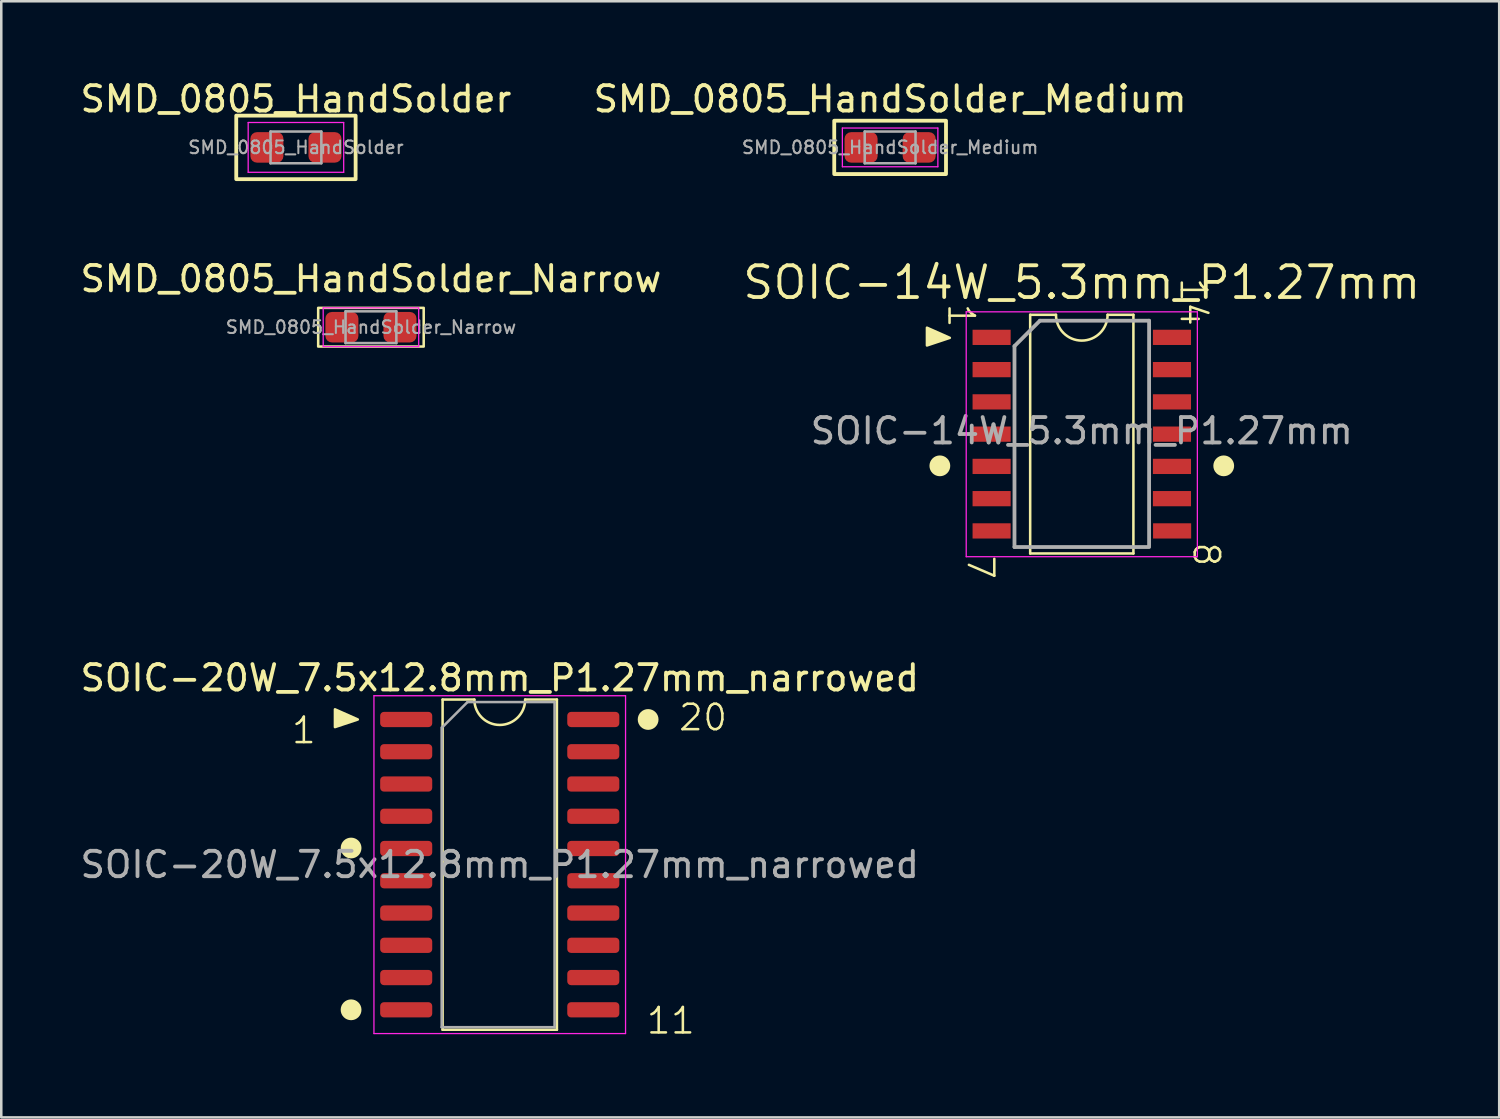
<source format=kicad_pcb>
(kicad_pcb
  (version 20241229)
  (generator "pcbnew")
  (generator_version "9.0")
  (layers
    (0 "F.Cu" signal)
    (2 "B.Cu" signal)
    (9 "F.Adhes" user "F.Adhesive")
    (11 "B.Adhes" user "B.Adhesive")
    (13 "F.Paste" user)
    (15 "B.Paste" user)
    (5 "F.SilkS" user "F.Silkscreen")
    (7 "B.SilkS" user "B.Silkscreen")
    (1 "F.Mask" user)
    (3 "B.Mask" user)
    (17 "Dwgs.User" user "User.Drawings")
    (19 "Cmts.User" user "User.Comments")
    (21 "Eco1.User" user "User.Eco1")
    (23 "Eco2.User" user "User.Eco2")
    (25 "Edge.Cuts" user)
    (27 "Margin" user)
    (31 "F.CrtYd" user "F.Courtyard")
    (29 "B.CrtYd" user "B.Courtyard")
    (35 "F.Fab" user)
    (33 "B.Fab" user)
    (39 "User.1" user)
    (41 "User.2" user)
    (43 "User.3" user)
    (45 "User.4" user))
  (footprint "SMD_0805_HandSolder_Narrow"
    (layer "F.Cu")
    (at 11.554 9.832)
    (property "Reference" "SMD_0805_HandSolder_Narrow" (at 0 -1.905 0) (layer "F.SilkS") (effects (font (size 1 1) (thickness 0.15))))
    (attr smd)
    (fp_rect (start -2.077 -0.762) (end 2.077 0.762) (stroke (width 0.1) (type solid)) (fill no) (layer "F.SilkS"))
    (fp_line (start -1.88 -0.762) (end 1.88 -0.762) (stroke (width 0.05) (type solid)) (layer "F.CrtYd"))
    (fp_line (start -1.88 0.762) (end -1.88 -0.762) (stroke (width 0.05) (type solid)) (layer "F.CrtYd"))
    (fp_line (start 1.88 -0.762) (end 1.88 0.762) (stroke (width 0.05) (type solid)) (layer "F.CrtYd"))
    (fp_line (start 1.88 0.762) (end -1.88 0.762) (stroke (width 0.05) (type solid)) (layer "F.CrtYd"))
    (fp_line (start -1 -0.625) (end 1 -0.625) (stroke (width 0.1) (type solid)) (layer "F.Fab"))
    (fp_line (start -1 0.625) (end -1 -0.625) (stroke (width 0.1) (type solid)) (layer "F.Fab"))
    (fp_line (start 1 -0.625) (end 1 0.625) (stroke (width 0.1) (type solid)) (layer "F.Fab"))
    (fp_line (start 1 0.625) (end -1 0.625) (stroke (width 0.1) (type solid)) (layer "F.Fab"))
    (fp_text user "${REFERENCE}" (at 0 0 0) (layer "F.Fab") (effects (font (size 0.5 0.5) (thickness 0.08))))
    (pad "1" smd roundrect (at -1.143 0) (size 1.3 1.2) (layers "F.Cu" "F.Mask" "F.Paste") (roundrect_rratio 0.213))
    (pad "2" smd roundrect (at 1.143 0) (size 1.3 1.2) (layers "F.Cu" "F.Mask" "F.Paste") (roundrect_rratio 0.213)))
  (footprint "SMD_0805_HandSolder_Medium"
    (layer "F.Cu")
    (at 31.994 2.753)
    (property "Reference" "SMD_0805_HandSolder_Medium" (at 0 -1.905 0) (layer "F.SilkS") (effects (font (size 1 1) (thickness 0.15))))
    (attr smd)
    (fp_rect (start -2.2 -1.05) (end 2.2 1.05) (stroke (width 0.15) (type solid)) (fill no) (layer "F.SilkS"))
    (fp_line (start -1.88 -0.762) (end 1.88 -0.762) (stroke (width 0.05) (type solid)) (layer "F.CrtYd"))
    (fp_line (start -1.88 0.762) (end -1.88 -0.762) (stroke (width 0.05) (type solid)) (layer "F.CrtYd"))
    (fp_line (start 1.88 -0.762) (end 1.88 0.762) (stroke (width 0.05) (type solid)) (layer "F.CrtYd"))
    (fp_line (start 1.88 0.762) (end -1.88 0.762) (stroke (width 0.05) (type solid)) (layer "F.CrtYd"))
    (fp_line (start -1 -0.625) (end 1 -0.625) (stroke (width 0.1) (type solid)) (layer "F.Fab"))
    (fp_line (start -1 0.625) (end -1 -0.625) (stroke (width 0.1) (type solid)) (layer "F.Fab"))
    (fp_line (start 1 -0.625) (end 1 0.625) (stroke (width 0.1) (type solid)) (layer "F.Fab"))
    (fp_line (start 1 0.625) (end -1 0.625) (stroke (width 0.1) (type solid)) (layer "F.Fab"))
    (fp_text user "${REFERENCE}" (at 0 0 0) (layer "F.Fab") (effects (font (size 0.5 0.5) (thickness 0.08))))
    (pad "1" smd roundrect (at -1.143 0) (size 1.3 1.2) (layers "F.Cu" "F.Mask" "F.Paste") (roundrect_rratio 0.213))
    (pad "2" smd roundrect (at 1.143 0) (size 1.3 1.2) (layers "F.Cu" "F.Mask" "F.Paste") (roundrect_rratio 0.213)))
  (footprint "SOIC-20W_7.5x12.8mm_P1.27mm_narrowed"
    (layer "F.Cu")
    (at 16.625 30.991)
    (property "Reference" "SOIC-20W_7.5x12.8mm_P1.27mm_narrowed" (at 0 -7.35 0) (layer "F.SilkS") (effects (font (size 1 1) (thickness 0.15))))
    (attr smd)
    (fp_line (start -2.25 -6.5) (end -1 -6.5) (stroke (width 0.1) (type solid)) (layer "F.SilkS"))
    (fp_line (start -2.25 6.5) (end -2.25 -6.5) (stroke (width 0.1) (type solid)) (layer "F.SilkS"))
    (fp_line (start -2.25 6.5) (end 2.25 6.5) (stroke (width 0.1) (type solid)) (layer "F.SilkS"))
    (fp_line (start 2.25 -6.5) (end 1 -6.5) (stroke (width 0.1) (type solid)) (layer "F.SilkS"))
    (fp_line (start 2.25 6.5) (end 2.25 -6.5) (stroke (width 0.1) (type solid)) (layer "F.SilkS"))
    (fp_arc (start 1 -6.5) (mid 0 -5.5) (end -1 -6.5) (stroke (width 0.1) (type solid)) (layer "F.SilkS"))
    (fp_circle (center -5.853 -0.654) (end -5.853 -0.295) (stroke (width 0.1) (type solid)) (fill yes) (layer "F.SilkS"))
    (fp_circle (center -5.853 5.715) (end -5.853 6.074) (stroke (width 0.1) (type solid)) (fill yes) (layer "F.SilkS"))
    (fp_circle (center 5.842 -5.715) (end 5.842 -5.356) (stroke (width 0.1) (type solid)) (fill yes) (layer "F.SilkS"))
    (fp_poly (pts (xy -5.588 -5.715) (xy -6.488 -6.115) (xy -6.488 -5.415)) (stroke (width 0.1) (type solid)) (fill yes) (layer "F.SilkS"))
    (fp_line (start -4.953 -6.65) (end -4.953 6.65) (stroke (width 0.05) (type solid)) (layer "F.CrtYd"))
    (fp_line (start -4.953 6.65) (end 4.953 6.65) (stroke (width 0.05) (type solid)) (layer "F.CrtYd"))
    (fp_line (start 4.953 -6.65) (end -4.953 -6.65) (stroke (width 0.05) (type solid)) (layer "F.CrtYd"))
    (fp_line (start 4.953 6.65) (end 4.953 -6.65) (stroke (width 0.05) (type solid)) (layer "F.CrtYd"))
    (fp_line (start -2.286 6.4) (end -2.286 -5.4) (stroke (width 0.1) (type solid)) (layer "F.Fab"))
    (fp_line (start -2.27 -5.4) (end -1.27 -6.4) (stroke (width 0.1) (type solid)) (layer "F.Fab"))
    (fp_line (start -1.27 -6.4) (end 2.159 -6.4) (stroke (width 0.1) (type solid)) (layer "F.Fab"))
    (fp_line (start 2.159 -6.4) (end 2.159 6.4) (stroke (width 0.1) (type solid)) (layer "F.Fab"))
    (fp_line (start 2.159 6.4) (end -2.286 6.4) (stroke (width 0.1) (type solid)) (layer "F.Fab"))
    (fp_text user "20" (at 6.985 -5.207 0) (unlocked yes) (layer "F.SilkS") (effects (font (size 1 1) (thickness 0.1)) (justify left bottom)))
    (fp_text user "11" (at 5.715 6.731 0) (unlocked yes) (layer "F.SilkS") (effects (font (size 1 1) (thickness 0.1)) (justify left bottom)))
    (fp_text user "1" (at -8.255 -4.699 0) (unlocked yes) (layer "F.SilkS") (effects (font (size 1 1) (thickness 0.1)) (justify left bottom)))
    (fp_text user "${REFERENCE}" (at 0 0 0) (layer "F.Fab") (effects (font (size 1 1) (thickness 0.15))))
    (pad "1" smd roundrect (at -3.683 -5.715) (size 2.05 0.6) (layers "F.Cu" "F.Mask" "F.Paste") (roundrect_rratio 0.25))
    (pad "2" smd roundrect (at -3.683 -4.445) (size 2.05 0.6) (layers "F.Cu" "F.Mask" "F.Paste") (roundrect_rratio 0.25))
    (pad "3" smd roundrect (at -3.683 -3.175) (size 2.05 0.6) (layers "F.Cu" "F.Mask" "F.Paste") (roundrect_rratio 0.25))
    (pad "4" smd roundrect (at -3.683 -1.905) (size 2.05 0.6) (layers "F.Cu" "F.Mask" "F.Paste") (roundrect_rratio 0.25))
    (pad "5" smd roundrect (at -3.683 -0.635) (size 2.05 0.6) (layers "F.Cu" "F.Mask" "F.Paste") (roundrect_rratio 0.25))
    (pad "6" smd roundrect (at -3.683 0.635) (size 2.05 0.6) (layers "F.Cu" "F.Mask" "F.Paste") (roundrect_rratio 0.25))
    (pad "7" smd roundrect (at -3.683 1.905) (size 2.05 0.6) (layers "F.Cu" "F.Mask" "F.Paste") (roundrect_rratio 0.25))
    (pad "8" smd roundrect (at -3.683 3.175) (size 2.05 0.6) (layers "F.Cu" "F.Mask" "F.Paste") (roundrect_rratio 0.25))
    (pad "9" smd roundrect (at -3.683 4.445) (size 2.05 0.6) (layers "F.Cu" "F.Mask" "F.Paste") (roundrect_rratio 0.25))
    (pad "10" smd roundrect (at -3.683 5.715) (size 2.05 0.6) (layers "F.Cu" "F.Mask" "F.Paste") (roundrect_rratio 0.25))
    (pad "11" smd roundrect (at 3.683 5.715) (size 2.05 0.6) (layers "F.Cu" "F.Mask" "F.Paste") (roundrect_rratio 0.25))
    (pad "12" smd roundrect (at 3.683 4.445) (size 2.05 0.6) (layers "F.Cu" "F.Mask" "F.Paste") (roundrect_rratio 0.25))
    (pad "13" smd roundrect (at 3.683 3.175) (size 2.05 0.6) (layers "F.Cu" "F.Mask" "F.Paste") (roundrect_rratio 0.25))
    (pad "14" smd roundrect (at 3.683 1.905) (size 2.05 0.6) (layers "F.Cu" "F.Mask" "F.Paste") (roundrect_rratio 0.25))
    (pad "15" smd roundrect (at 3.683 0.635) (size 2.05 0.6) (layers "F.Cu" "F.Mask" "F.Paste") (roundrect_rratio 0.25))
    (pad "16" smd roundrect (at 3.683 -0.635) (size 2.05 0.6) (layers "F.Cu" "F.Mask" "F.Paste") (roundrect_rratio 0.25))
    (pad "17" smd roundrect (at 3.683 -1.905) (size 2.05 0.6) (layers "F.Cu" "F.Mask" "F.Paste") (roundrect_rratio 0.25))
    (pad "18" smd roundrect (at 3.683 -3.175) (size 2.05 0.6) (layers "F.Cu" "F.Mask" "F.Paste") (roundrect_rratio 0.25))
    (pad "19" smd roundrect (at 3.683 -4.445) (size 2.05 0.6) (layers "F.Cu" "F.Mask" "F.Paste") (roundrect_rratio 0.25))
    (pad "20" smd roundrect (at 3.683 -5.715) (size 2.05 0.6) (layers "F.Cu" "F.Mask" "F.Paste") (roundrect_rratio 0.25)))
  (footprint "SOIC-14W_5.3mm_P1.27mm"
    (layer "F.Cu")
    (at 39.54 14.677)
    (property "Reference" "SOIC-14W_5.3mm_P1.27mm" (at 0 -6.604 0) (layer "F.SilkS") (effects (font (size 1.25 1.25) (thickness 0.15))))
    (attr smd)
    (fp_line (start -2.032 -5.334) (end -1.016 -5.334) (stroke (width 0.1) (type solid)) (layer "F.SilkS"))
    (fp_line (start -2.032 4.064) (end -2.032 -5.334) (stroke (width 0.1) (type solid)) (layer "F.SilkS"))
    (fp_line (start 2.032 -5.334) (end 1.016 -5.334) (stroke (width 0.1) (type solid)) (layer "F.SilkS"))
    (fp_line (start 2.032 4.064) (end -2.032 4.064) (stroke (width 0.1) (type solid)) (layer "F.SilkS"))
    (fp_line (start 2.032 4.064) (end 2.032 -5.334) (stroke (width 0.1) (type solid)) (layer "F.SilkS"))
    (fp_arc (start 1.016 -5.334) (mid 0 -4.318) (end -1.016 -5.334) (stroke (width 0.1) (type solid)) (layer "F.SilkS"))
    (fp_circle (center -5.588 0.613) (end -5.588 0.972) (stroke (width 0.1) (type solid)) (fill yes) (layer "F.SilkS"))
    (fp_circle (center 5.588 0.613) (end 5.588 0.972) (stroke (width 0.1) (type solid)) (fill yes) (layer "F.SilkS"))
    (fp_poly (pts (xy -5.196 -4.426) (xy -6.096 -4.826) (xy -6.096 -4.126)) (stroke (width 0.1) (type solid)) (fill yes) (layer "F.SilkS"))
    (fp_line (start -4.55 -5.45) (end -4.55 4.191) (stroke (width 0.05) (type solid)) (layer "F.CrtYd"))
    (fp_line (start -4.55 -5.45) (end 4.55 -5.45) (stroke (width 0.05) (type solid)) (layer "F.CrtYd"))
    (fp_line (start -4.55 4.191) (end 4.55 4.191) (stroke (width 0.05) (type solid)) (layer "F.CrtYd"))
    (fp_line (start 4.55 -5.45) (end 4.55 4.191) (stroke (width 0.05) (type solid)) (layer "F.CrtYd"))
    (fp_line (start -2.65 -4.1) (end -1.65 -5.1) (stroke (width 0.15) (type solid)) (layer "F.Fab"))
    (fp_line (start -2.65 3.81) (end -2.65 -4.1) (stroke (width 0.15) (type solid)) (layer "F.Fab"))
    (fp_line (start -1.65 -5.1) (end 2.65 -5.1) (stroke (width 0.15) (type solid)) (layer "F.Fab"))
    (fp_line (start 2.65 -5.1) (end 2.65 3.759) (stroke (width 0.15) (type solid)) (layer "F.Fab"))
    (fp_line (start 2.65 3.81) (end -2.65 3.81) (stroke (width 0.15) (type solid)) (layer "F.Fab"))
    (fp_text user "8" (at 4.318 3.556 270) (unlocked yes) (layer "F.SilkS") (effects (font (size 1 1) (thickness 0.1)) (justify left bottom)))
    (fp_text user "1" (at -5.334 -5.842 270) (unlocked yes) (layer "F.SilkS") (effects (font (size 1 1) (thickness 0.1)) (justify left bottom)))
    (fp_text user "7" (at -4.572 4.064 270) (unlocked yes) (layer "F.SilkS") (effects (font (size 1 1) (thickness 0.1)) (justify left bottom)))
    (fp_text user "14" (at 3.81 -6.858 270) (unlocked yes) (layer "F.SilkS") (effects (font (size 1 1) (thickness 0.1)) (justify left bottom)))
    (fp_text user "${REFERENCE}" (at 0 -0.762 0) (layer "F.Fab") (effects (font (size 1 1) (thickness 0.15))))
    (pad "1" smd rect (at -3.55 -4.445) (size 1.5 0.6) (layers "F.Cu" "F.Mask" "F.Paste"))
    (pad "2" smd rect (at -3.55 -3.175) (size 1.5 0.6) (layers "F.Cu" "F.Mask" "F.Paste"))
    (pad "3" smd rect (at -3.55 -1.905) (size 1.5 0.6) (layers "F.Cu" "F.Mask" "F.Paste"))
    (pad "4" smd rect (at -3.55 -0.635) (size 1.5 0.6) (layers "F.Cu" "F.Mask" "F.Paste"))
    (pad "5" smd rect (at -3.55 0.635) (size 1.5 0.6) (layers "F.Cu" "F.Mask" "F.Paste"))
    (pad "6" smd rect (at -3.55 1.905) (size 1.5 0.6) (layers "F.Cu" "F.Mask" "F.Paste"))
    (pad "7" smd rect (at -3.55 3.175) (size 1.5 0.6) (layers "F.Cu" "F.Mask" "F.Paste"))
    (pad "8" smd rect (at 3.556 3.175) (size 1.5 0.6) (layers "F.Cu" "F.Mask" "F.Paste"))
    (pad "9" smd rect (at 3.55 1.905) (size 1.5 0.6) (layers "F.Cu" "F.Mask" "F.Paste"))
    (pad "10" smd rect (at 3.55 0.635) (size 1.5 0.6) (layers "F.Cu" "F.Mask" "F.Paste"))
    (pad "11" smd rect (at 3.55 -0.635) (size 1.5 0.6) (layers "F.Cu" "F.Mask" "F.Paste"))
    (pad "12" smd rect (at 3.55 -1.905) (size 1.5 0.6) (layers "F.Cu" "F.Mask" "F.Paste"))
    (pad "13" smd rect (at 3.55 -3.175) (size 1.5 0.6) (layers "F.Cu" "F.Mask" "F.Paste"))
    (pad "14" smd rect (at 3.55 -4.445) (size 1.5 0.6) (layers "F.Cu" "F.Mask" "F.Paste")))
  (footprint "SMD_0805_HandSolder"
    (layer "F.Cu")
    (at 8.601 2.753)
    (property "Reference" "SMD_0805_HandSolder" (at 0 -1.905 0) (layer "F.SilkS") (effects (font (size 1 1) (thickness 0.15))))
    (attr smd)
    (fp_rect (start -2.35 -1.25) (end 2.35 1.25) (stroke (width 0.15) (type solid)) (fill no) (layer "F.SilkS"))
    (fp_line (start -1.88 -0.98) (end 1.88 -0.98) (stroke (width 0.05) (type solid)) (layer "F.CrtYd"))
    (fp_line (start -1.88 0.98) (end -1.88 -0.98) (stroke (width 0.05) (type solid)) (layer "F.CrtYd"))
    (fp_line (start 1.88 -0.98) (end 1.88 0.98) (stroke (width 0.05) (type solid)) (layer "F.CrtYd"))
    (fp_line (start 1.88 0.98) (end -1.88 0.98) (stroke (width 0.05) (type solid)) (layer "F.CrtYd"))
    (fp_line (start -1 -0.625) (end 1 -0.625) (stroke (width 0.1) (type solid)) (layer "F.Fab"))
    (fp_line (start -1 0.625) (end -1 -0.625) (stroke (width 0.1) (type solid)) (layer "F.Fab"))
    (fp_line (start 1 -0.625) (end 1 0.625) (stroke (width 0.1) (type solid)) (layer "F.Fab"))
    (fp_line (start 1 0.625) (end -1 0.625) (stroke (width 0.1) (type solid)) (layer "F.Fab"))
    (fp_text user "${REFERENCE}" (at 0 0 0) (layer "F.Fab") (effects (font (size 0.5 0.5) (thickness 0.08))))
    (pad "1" smd roundrect (at -1.143 0) (size 1.3 1.2) (layers "F.Cu" "F.Mask" "F.Paste") (roundrect_rratio 0.213))
    (pad "2" smd roundrect (at 1.143 0) (size 1.3 1.2) (layers "F.Cu" "F.Mask" "F.Paste") (roundrect_rratio 0.213)))
  (gr_rect
    (start -3 -3)
    (end 55.974 40.943)
    (stroke (width 0.1) (type default))
    (fill no)
    (layer "Edge.Cuts")))
</source>
